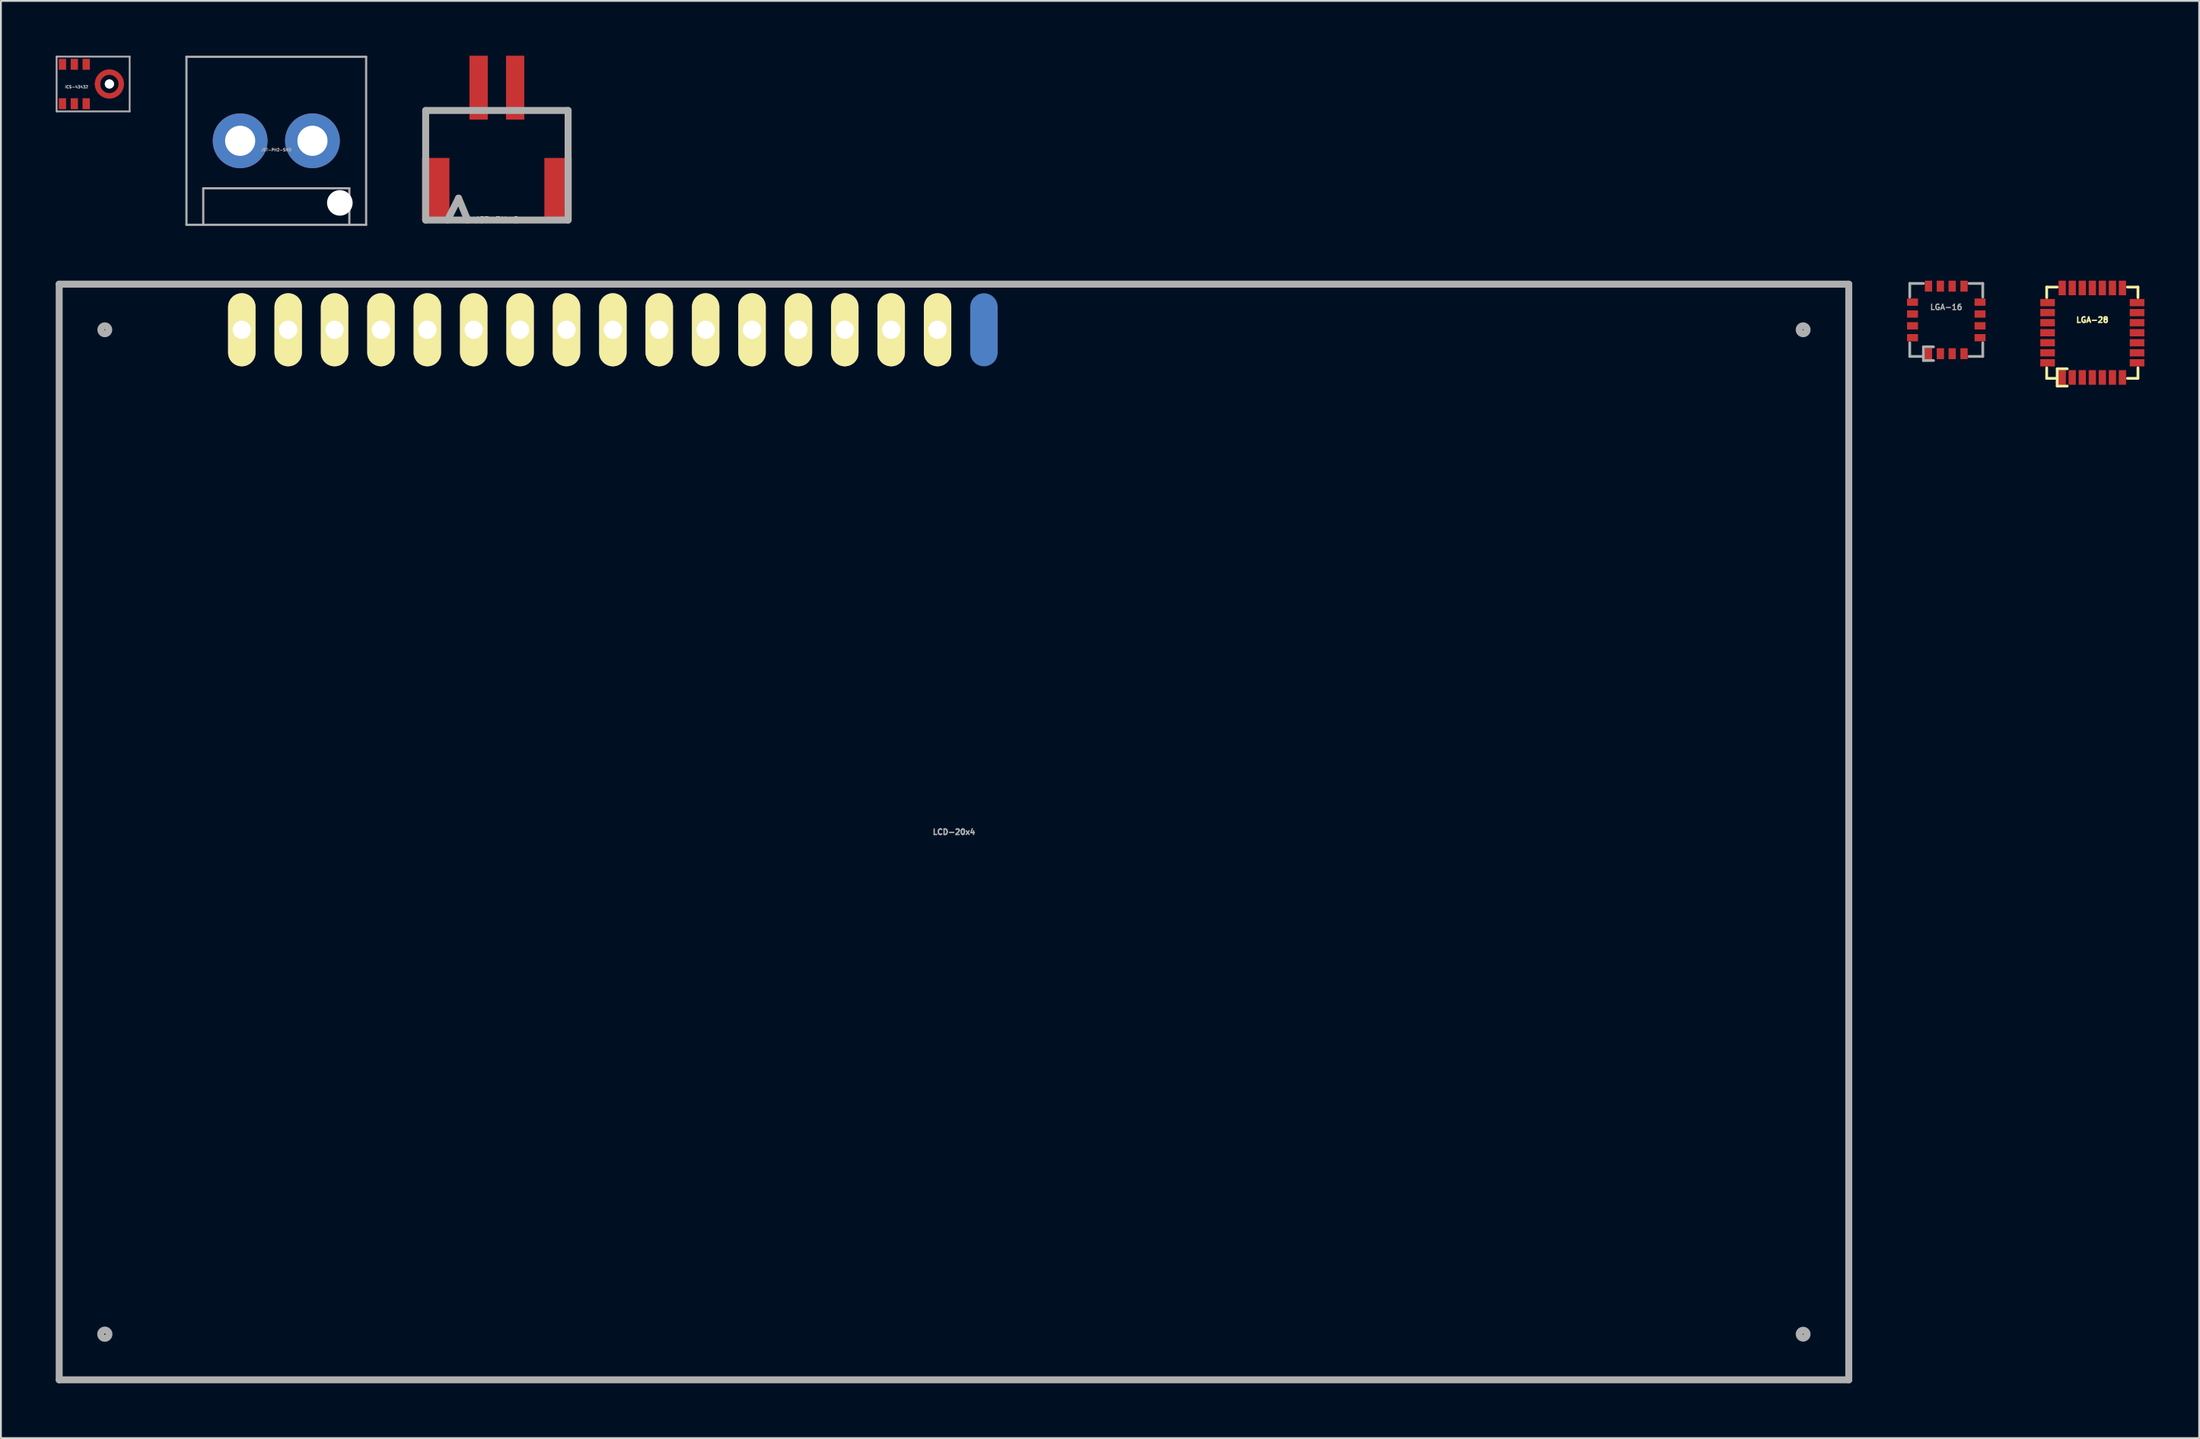
<source format=kicad_pcb>
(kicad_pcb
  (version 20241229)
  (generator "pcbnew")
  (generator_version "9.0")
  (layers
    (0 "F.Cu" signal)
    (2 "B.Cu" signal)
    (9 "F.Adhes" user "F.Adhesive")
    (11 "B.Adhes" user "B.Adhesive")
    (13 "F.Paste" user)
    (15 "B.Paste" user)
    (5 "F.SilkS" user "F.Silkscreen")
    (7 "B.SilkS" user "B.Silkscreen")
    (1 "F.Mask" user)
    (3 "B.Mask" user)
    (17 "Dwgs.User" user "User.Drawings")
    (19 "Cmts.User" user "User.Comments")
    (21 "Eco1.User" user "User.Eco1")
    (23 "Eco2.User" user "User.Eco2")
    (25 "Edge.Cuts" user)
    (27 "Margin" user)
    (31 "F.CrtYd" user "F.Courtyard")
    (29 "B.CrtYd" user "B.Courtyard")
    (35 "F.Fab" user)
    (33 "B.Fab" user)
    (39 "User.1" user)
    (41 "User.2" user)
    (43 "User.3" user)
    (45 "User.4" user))
  (footprint "ICS-43432"
    (layer "F.Cu")
    (at 2.94 1.55)
    (property "Reference" "ICS-43432" (at -1.8 0.16 0) (layer "F.Fab") (effects (font (size 0.15 0.15) (thickness 0.037))))
    (attr through_hole)
    (fp_circle (center 0 0) (end 0.65 0) (stroke (width 0.3) (type solid)) (fill no) (layer "F.Cu"))
    (fp_circle (center 0 0) (end 0 -0.65) (stroke (width 0.3) (type solid)) (fill no) (layer "F.Mask"))
    (fp_arc (start -0.52 0.39) (mid -0.643467 -0.091924) (end -0.39 -0.52) (stroke (width 0.29) (type solid)) (layer "F.Paste"))
    (fp_arc (start 0.14 -0.63) (mid 0.436244 -0.475596) (end 0.615596 -0.193756) (stroke (width 0.29) (type solid)) (layer "F.Paste"))
    (fp_arc (start 0.61 0.24) (mid 0.362024 0.546478) (end -0.016894 0.655297) (stroke (width 0.29) (type solid)) (layer "F.Paste"))
    (fp_line (start -2.89 -1.5) (end 1.11 -1.5) (stroke (width 0.1) (type solid)) (layer "F.Fab"))
    (fp_line (start -2.89 1.5) (end -2.89 -1.5) (stroke (width 0.1) (type solid)) (layer "F.Fab"))
    (fp_line (start 1.11 -1.5) (end 1.11 1.5) (stroke (width 0.1) (type solid)) (layer "F.Fab"))
    (fp_line (start 1.11 1.5) (end -2.89 1.5) (stroke (width 0.1) (type solid)) (layer "F.Fab"))
    (pad "" np_thru_hole circle (at 0 0) (size 0.5 0.5) (drill 0.5) (layers "*.Cu" "*.Mask" "F.SilkS"))
    (pad "1" smd rect (at -2.57 1.08) (size 0.4 0.6) (layers "F.Cu" "F.Mask" "F.Paste"))
    (pad "2" smd rect (at -1.92 1.08) (size 0.4 0.6) (layers "F.Cu" "F.Mask" "F.Paste"))
    (pad "3" smd rect (at -1.27 1.08) (size 0.4 0.6) (layers "F.Cu" "F.Mask" "F.Paste"))
    (pad "4" smd circle (at -0.65 0) (size 0.3 0.3) (layers "F.Cu" "F.Mask" "F.Paste"))
    (pad "5" smd rect (at -1.27 -1.08) (size 0.4 0.6) (layers "F.Cu" "F.Mask" "F.Paste"))
    (pad "6" smd rect (at -1.92 -1.08) (size 0.4 0.6) (layers "F.Cu" "F.Mask" "F.Paste"))
    (pad "7" smd rect (at -2.57 -1.08) (size 0.4 0.6) (layers "F.Cu" "F.Mask" "F.Paste")))
  (footprint "JST-PH2-SMD"
    (layer "F.Cu")
    (at 12.08 4.66)
    (property "Reference" "JST-PH2-SMD" (at 0 0.5 0) (layer "F.Fab") (effects (font (size 0.15 0.15) (thickness 0.037))))
    (attr through_hole)
    (fp_line (start -4.92 -4.6) (end 4.92 -4.6) (stroke (width 0.12) (type solid)) (layer "F.Fab"))
    (fp_line (start -4.92 4.6) (end -4.92 -4.6) (stroke (width 0.12) (type solid)) (layer "F.Fab"))
    (fp_line (start -4 2.6) (end 4 2.6) (stroke (width 0.12) (type solid)) (layer "F.Fab"))
    (fp_line (start -4 4.6) (end -4 2.6) (stroke (width 0.12) (type solid)) (layer "F.Fab"))
    (fp_line (start 4 2.6) (end 4 4.6) (stroke (width 0.12) (type solid)) (layer "F.Fab"))
    (fp_line (start 4.92 -4.6) (end 4.92 4.6) (stroke (width 0.12) (type solid)) (layer "F.Fab"))
    (fp_line (start 4.92 4.6) (end -4.92 4.6) (stroke (width 0.12) (type solid)) (layer "F.Fab"))
    (pad "" np_thru_hole circle (at 3.48 3.4) (size 1.4 1.4) (drill 1.4) (layers "*.Cu" "*.Mask"))
    (pad "1" thru_hole circle (at 1.98 0) (size 3 3) (drill 1.65) (layers "*.Cu" "*.Mask"))
    (pad "2" thru_hole circle (at -1.98 0) (size 3 3) (drill 1.65) (layers "*.Cu" "*.Mask")))
  (footprint "LGA-28"
    (layer "F.Cu")
    (at 111.526 15.169)
    (property "Reference" "LGA-28" (at 0 -0.701 0) (layer "F.SilkS") (effects (font (size 0.3 0.3) (thickness 0.076))))
    (attr smd)
    (fp_line (start -2.499 -2.499) (end -2.499 -1.923) (stroke (width 0.15) (type solid)) (layer "F.SilkS"))
    (fp_line (start -2.499 -2.499) (end -1.923 -2.499) (stroke (width 0.15) (type solid)) (layer "F.SilkS"))
    (fp_line (start -2.499 1.923) (end -2.499 2.499) (stroke (width 0.15) (type solid)) (layer "F.SilkS"))
    (fp_line (start -2.499 2.499) (end -1.923 2.499) (stroke (width 0.15) (type solid)) (layer "F.SilkS"))
    (fp_line (start -1.925 2.925) (end -1.925 2.725) (stroke (width 0.15) (type solid)) (layer "F.SilkS"))
    (fp_line (start -1.923 1.974) (end -1.923 2.723) (stroke (width 0.15) (type solid)) (layer "F.SilkS"))
    (fp_line (start -1.923 1.974) (end -1.374 1.974) (stroke (width 0.15) (type solid)) (layer "F.SilkS"))
    (fp_line (start -1.923 2.923) (end -1.374 2.923) (stroke (width 0.15) (type solid)) (layer "F.SilkS"))
    (fp_line (start 1.923 -2.499) (end 2.499 -2.499) (stroke (width 0.15) (type solid)) (layer "F.SilkS"))
    (fp_line (start 1.923 2.499) (end 2.499 2.499) (stroke (width 0.15) (type solid)) (layer "F.SilkS"))
    (fp_line (start 2.499 -2.499) (end 2.499 -1.923) (stroke (width 0.15) (type solid)) (layer "F.SilkS"))
    (fp_line (start 2.499 1.923) (end 2.499 2.499) (stroke (width 0.15) (type solid)) (layer "F.SilkS"))
    (pad "1" smd rect (at -1.648 2.45 180) (size 0.399 0.8) (layers "F.Cu" "F.Mask" "F.Paste"))
    (pad "2" smd rect (at -1.1 2.45 180) (size 0.399 0.8) (layers "F.Cu" "F.Mask" "F.Paste"))
    (pad "3" smd rect (at -0.549 2.45 180) (size 0.399 0.8) (layers "F.Cu" "F.Mask" "F.Paste"))
    (pad "4" smd rect (at 0 2.45 180) (size 0.399 0.8) (layers "F.Cu" "F.Mask" "F.Paste"))
    (pad "5" smd rect (at 0.549 2.45 180) (size 0.399 0.8) (layers "F.Cu" "F.Mask" "F.Paste"))
    (pad "6" smd rect (at 1.1 2.45 180) (size 0.399 0.8) (layers "F.Cu" "F.Mask" "F.Paste"))
    (pad "7" smd rect (at 1.648 2.45 180) (size 0.399 0.8) (layers "F.Cu" "F.Mask" "F.Paste"))
    (pad "8" smd rect (at 2.45 1.648 270) (size 0.399 0.8) (layers "F.Cu" "F.Mask" "F.Paste"))
    (pad "9" smd rect (at 2.45 1.1 270) (size 0.399 0.8) (layers "F.Cu" "F.Mask" "F.Paste"))
    (pad "10" smd rect (at 2.45 0.549 270) (size 0.399 0.8) (layers "F.Cu" "F.Mask" "F.Paste"))
    (pad "11" smd rect (at 2.45 0 270) (size 0.399 0.8) (layers "F.Cu" "F.Mask" "F.Paste"))
    (pad "12" smd rect (at 2.45 -0.549 270) (size 0.399 0.8) (layers "F.Cu" "F.Mask" "F.Paste"))
    (pad "13" smd rect (at 2.45 -1.1 270) (size 0.399 0.8) (layers "F.Cu" "F.Mask" "F.Paste"))
    (pad "14" smd rect (at 2.45 -1.648 270) (size 0.399 0.8) (layers "F.Cu" "F.Mask" "F.Paste"))
    (pad "15" smd rect (at 1.648 -2.45) (size 0.399 0.8) (layers "F.Cu" "F.Mask" "F.Paste"))
    (pad "16" smd rect (at 1.1 -2.45) (size 0.399 0.8) (layers "F.Cu" "F.Mask" "F.Paste"))
    (pad "17" smd rect (at 0.549 -2.45) (size 0.399 0.8) (layers "F.Cu" "F.Mask" "F.Paste"))
    (pad "18" smd rect (at 0 -2.45) (size 0.399 0.8) (layers "F.Cu" "F.Mask" "F.Paste"))
    (pad "19" smd rect (at -0.549 -2.45) (size 0.399 0.8) (layers "F.Cu" "F.Mask" "F.Paste"))
    (pad "20" smd rect (at -1.1 -2.45) (size 0.399 0.8) (layers "F.Cu" "F.Mask" "F.Paste"))
    (pad "21" smd rect (at -1.648 -2.45) (size 0.399 0.8) (layers "F.Cu" "F.Mask" "F.Paste"))
    (pad "22" smd rect (at -2.45 -1.648 90) (size 0.4 0.8) (layers "F.Cu" "F.Mask" "F.Paste"))
    (pad "23" smd rect (at -2.45 -1.1 90) (size 0.399 0.8) (layers "F.Cu" "F.Mask" "F.Paste"))
    (pad "24" smd rect (at -2.45 -0.549 90) (size 0.399 0.8) (layers "F.Cu" "F.Mask" "F.Paste"))
    (pad "25" smd rect (at -2.45 0 90) (size 0.399 0.8) (layers "F.Cu" "F.Mask" "F.Paste"))
    (pad "26" smd rect (at -2.45 0.549 90) (size 0.399 0.8) (layers "F.Cu" "F.Mask" "F.Paste"))
    (pad "27" smd rect (at -2.45 1.1 90) (size 0.399 0.8) (layers "F.Cu" "F.Mask" "F.Paste"))
    (pad "28" smd rect (at -2.45 1.648 90) (size 0.399 0.8) (layers "F.Cu" "F.Mask" "F.Paste")))
  (footprint "LCD-20x4"
    (layer "F.Cu")
    (at 49.19 42.51)
    (property "Reference" "LCD-20x4" (at 0 0 0) (layer "F.Fab") (effects (font (size 0.3 0.3) (thickness 0.075))))
    (attr smd)
    (fp_line (start -48.999 -30) (end 48.999 -30) (stroke (width 0.381) (type solid)) (layer "F.Fab"))
    (fp_line (start -48.999 30) (end -48.999 -30) (stroke (width 0.381) (type solid)) (layer "F.Fab"))
    (fp_line (start 48.999 -30) (end 48.999 30) (stroke (width 0.381) (type solid)) (layer "F.Fab"))
    (fp_line (start 48.999 30) (end -48.999 30) (stroke (width 0.381) (type solid)) (layer "F.Fab"))
    (fp_circle (center -46.5 -27.501) (end -46.5 -27.475) (stroke (width 0.381) (type solid)) (fill no) (layer "F.Fab"))
    (fp_circle (center -46.5 27.501) (end -46.474 27.526) (stroke (width 0.381) (type solid)) (fill no) (layer "F.Fab"))
    (fp_circle (center 46.5 -27.501) (end 46.5 -27.475) (stroke (width 0.381) (type solid)) (fill no) (layer "F.Fab"))
    (fp_circle (center 46.5 27.501) (end 46.5 27.526) (stroke (width 0.381) (type solid)) (fill no) (layer "F.Fab"))
    (pad "" smd oval (at 1.641 -27.501) (size 1.501 4) (layers "B.Cu" "B.Mask" "B.Paste"))
    (pad "1" thru_hole oval (at -38.999 -27.501) (size 1.501 4) (drill 1.001) (layers "*.Cu" "*.Mask" "F.SilkS"))
    (pad "2" thru_hole oval (at -36.459 -27.501) (size 1.501 4) (drill 1.001) (layers "*.Cu" "*.Mask" "F.SilkS"))
    (pad "3" thru_hole oval (at -33.919 -27.501) (size 1.501 4) (drill 1.001) (layers "*.Cu" "*.Mask" "F.SilkS"))
    (pad "4" thru_hole oval (at -31.379 -27.501) (size 1.501 4) (drill 1.001) (layers "*.Cu" "*.Mask" "F.SilkS"))
    (pad "5" thru_hole oval (at -28.839 -27.501) (size 1.501 4) (drill 1.001) (layers "*.Cu" "*.Mask" "F.SilkS"))
    (pad "6" thru_hole oval (at -26.299 -27.501) (size 1.501 4) (drill 1.001) (layers "*.Cu" "*.Mask" "F.SilkS"))
    (pad "7" thru_hole oval (at -23.759 -27.501) (size 1.501 4) (drill 1.001) (layers "*.Cu" "*.Mask" "F.SilkS"))
    (pad "8" thru_hole oval (at -21.219 -27.501) (size 1.501 4) (drill 1.001) (layers "*.Cu" "*.Mask" "F.SilkS"))
    (pad "9" thru_hole oval (at -18.679 -27.501) (size 1.501 4) (drill 1.001) (layers "*.Cu" "*.Mask" "F.SilkS"))
    (pad "10" thru_hole oval (at -16.139 -27.501) (size 1.501 4) (drill 1.001) (layers "*.Cu" "*.Mask" "F.SilkS"))
    (pad "11" thru_hole oval (at -13.599 -27.501) (size 1.501 4) (drill 1.001) (layers "*.Cu" "*.Mask" "F.SilkS"))
    (pad "12" thru_hole oval (at -11.059 -27.501) (size 1.501 4) (drill 1.001) (layers "*.Cu" "*.Mask" "F.SilkS"))
    (pad "13" thru_hole oval (at -8.519 -27.501) (size 1.501 4) (drill 1.001) (layers "*.Cu" "*.Mask" "F.SilkS"))
    (pad "14" thru_hole oval (at -5.979 -27.501) (size 1.501 4) (drill 1.001) (layers "*.Cu" "*.Mask" "F.SilkS"))
    (pad "15" thru_hole oval (at -3.439 -27.501) (size 1.501 4) (drill 1.001) (layers "*.Cu" "*.Mask" "F.SilkS"))
    (pad "16" thru_hole oval (at -0.899 -27.501) (size 1.501 4) (drill 1.001) (layers "*.Cu" "*.Mask" "F.SilkS")))
  (footprint "JST-PH-2"
    (layer "F.Cu")
    (at 24.16 9)
    (property "Reference" "JST-PH-2" (at 0 0 0) (layer "F.SilkS") (effects (font (size 0.3 0.3) (thickness 0.075))))
    (attr through_hole)
    (fp_line (start -3.9 -6) (end 3.9 -6) (stroke (width 0.381) (type solid)) (layer "F.Fab"))
    (fp_line (start -3.9 0) (end -3.9 -6) (stroke (width 0.381) (type solid)) (layer "F.Fab"))
    (fp_line (start -2.7 0) (end -2.1 -1.2) (stroke (width 0.381) (type solid)) (layer "F.Fab"))
    (fp_line (start -2.1 -1.2) (end -1.6 0) (stroke (width 0.381) (type solid)) (layer "F.Fab"))
    (fp_line (start 3.9 -6) (end 3.9 0) (stroke (width 0.381) (type solid)) (layer "F.Fab"))
    (fp_line (start 3.9 0) (end -3.9 0) (stroke (width 0.381) (type solid)) (layer "F.Fab"))
    (pad "1" smd rect (at -1 -7.25) (size 1 3.5) (layers "F.Cu" "F.Mask" "F.Paste"))
    (pad "2" smd rect (at 1 -7.25) (size 1 3.5) (layers "F.Cu" "F.Mask" "F.Paste"))
    (pad "EP" smd rect (at -3.35 -1.7) (size 1.5 3.4) (layers "F.Cu" "F.Mask" "F.Paste"))
    (pad "EP" smd rect (at 3.35 -1.7) (size 1.5 3.4) (layers "F.Cu" "F.Mask" "F.Paste")))
  (footprint "LGA-16"
    (layer "F.Cu")
    (at 103.528 14.469)
    (property "Reference" "LGA-16" (at 0 -0.701 0) (layer "F.Fab") (effects (font (size 0.3 0.3) (thickness 0.066))))
    (attr through_hole)
    (fp_line (start -1.999 -1.999) (end -1.999 -1.25) (stroke (width 0.15) (type solid)) (layer "F.Fab"))
    (fp_line (start -1.999 -1.999) (end -1.25 -1.999) (stroke (width 0.15) (type solid)) (layer "F.Fab"))
    (fp_line (start -1.999 1.25) (end -1.999 1.999) (stroke (width 0.15) (type solid)) (layer "F.Fab"))
    (fp_line (start -1.999 1.999) (end -1.25 1.999) (stroke (width 0.15) (type solid)) (layer "F.Fab"))
    (fp_line (start -1.25 1.473) (end -1.25 2.223) (stroke (width 0.15) (type solid)) (layer "F.Fab"))
    (fp_line (start -1.25 1.473) (end -0.699 1.473) (stroke (width 0.15) (type solid)) (layer "F.Fab"))
    (fp_line (start -1.25 2.223) (end -0.699 2.223) (stroke (width 0.15) (type solid)) (layer "F.Fab"))
    (fp_line (start 1.25 -1.999) (end 1.999 -1.999) (stroke (width 0.15) (type solid)) (layer "F.Fab"))
    (fp_line (start 1.25 1.999) (end 1.999 1.999) (stroke (width 0.15) (type solid)) (layer "F.Fab"))
    (fp_line (start 1.999 -1.999) (end 1.999 -1.25) (stroke (width 0.15) (type solid)) (layer "F.Fab"))
    (fp_line (start 1.999 1.25) (end 1.999 1.999) (stroke (width 0.15) (type solid)) (layer "F.Fab"))
    (pad "1" smd rect (at -0.973 1.849 180) (size 0.399 0.599) (layers "F.Cu" "F.Mask" "F.Paste"))
    (pad "2" smd rect (at -0.323 1.849 180) (size 0.399 0.599) (layers "F.Cu" "F.Mask" "F.Paste"))
    (pad "3" smd rect (at 0.323 1.849 180) (size 0.399 0.599) (layers "F.Cu" "F.Mask" "F.Paste"))
    (pad "4" smd rect (at 0.973 1.849 180) (size 0.399 0.599) (layers "F.Cu" "F.Mask" "F.Paste"))
    (pad "5" smd rect (at 1.849 0.973 270) (size 0.399 0.599) (layers "F.Cu" "F.Mask" "F.Paste"))
    (pad "6" smd rect (at 1.849 0.323 270) (size 0.399 0.599) (layers "F.Cu" "F.Mask" "F.Paste"))
    (pad "7" smd rect (at 1.849 -0.323 270) (size 0.399 0.599) (layers "F.Cu" "F.Mask" "F.Paste"))
    (pad "8" smd rect (at 1.849 -0.973 270) (size 0.399 0.599) (layers "F.Cu" "F.Mask" "F.Paste"))
    (pad "9" smd rect (at 0.973 -1.849) (size 0.399 0.599) (layers "F.Cu" "F.Mask" "F.Paste"))
    (pad "10" smd rect (at 0.323 -1.849) (size 0.399 0.599) (layers "F.Cu" "F.Mask" "F.Paste"))
    (pad "11" smd rect (at -0.323 -1.849) (size 0.399 0.599) (layers "F.Cu" "F.Mask" "F.Paste"))
    (pad "12" smd rect (at -0.973 -1.849) (size 0.399 0.599) (layers "F.Cu" "F.Mask" "F.Paste"))
    (pad "13" smd rect (at -1.849 -0.973 90) (size 0.399 0.599) (layers "F.Cu" "F.Mask" "F.Paste"))
    (pad "14" smd rect (at -1.849 -0.323 90) (size 0.399 0.599) (layers "F.Cu" "F.Mask" "F.Paste"))
    (pad "15" smd rect (at -1.849 0.323 90) (size 0.399 0.599) (layers "F.Cu" "F.Mask" "F.Paste"))
    (pad "16" smd rect (at -1.849 0.973 90) (size 0.399 0.599) (layers "F.Cu" "F.Mask" "F.Paste")))
  (gr_rect
    (start -3 -3)
    (end 117.376 75.701)
    (stroke (width 0.1) (type default))
    (fill no)
    (layer "Edge.Cuts")))
</source>
